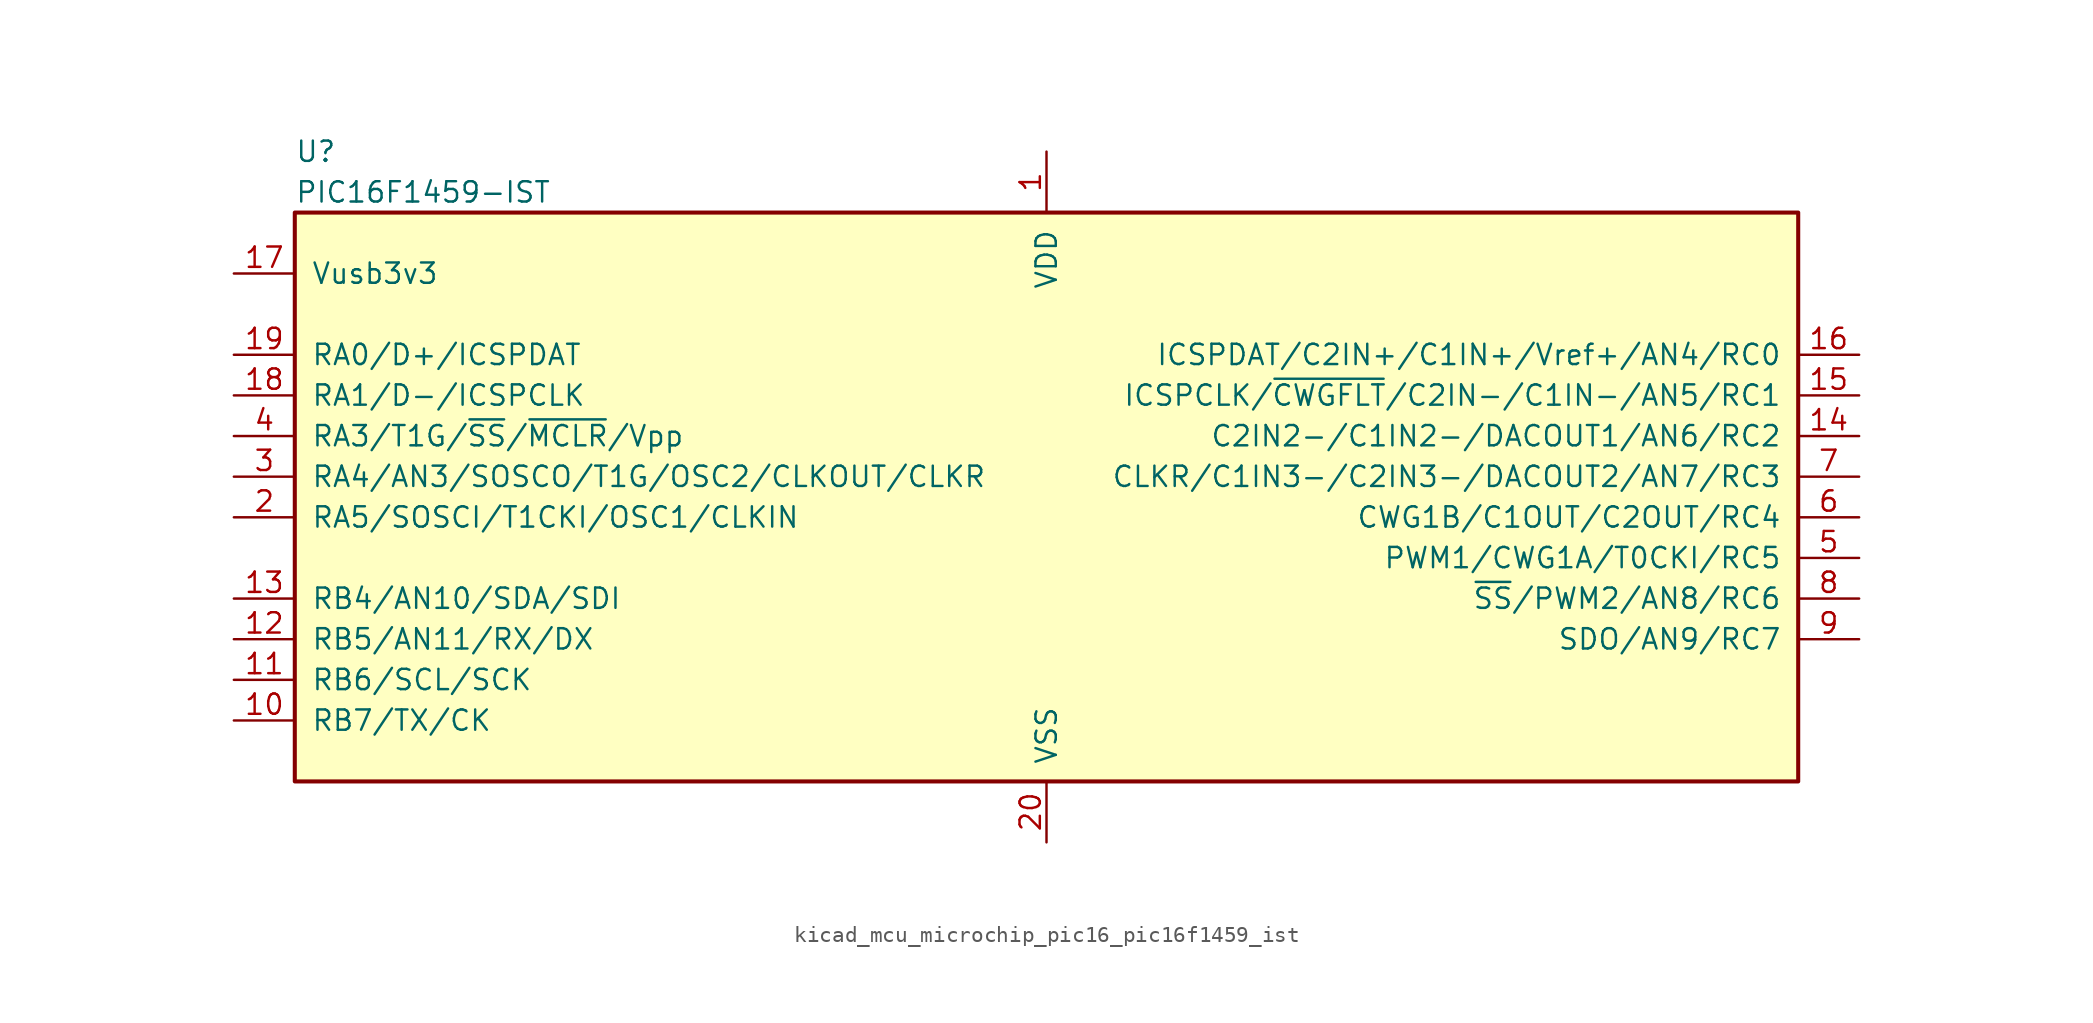
<source format=kicad_sym>
(kicad_symbol_lib
  (version 20220914)
  (generator kicad_symbol_editor)
  (symbol "kicad_mcu_microchip_pic16_pic16f1459_ist"
    (pin_names
      (offset 1.016))
    (property "Reference" "U"
      (at -46.99 17.78 0)
      (effects (font (size 1.27 1.27)) (justify left)))
    (property "Value" "PIC16F1459-IST"
      (at -46.99 15.24 0)
      (effects (font (size 1.27 1.27)) (justify left)))
    (symbol "kicad_mcu_microchip_pic16_pic16f1459_ist_0_1"
      (rectangle (start -46.99 13.97) (end 46.99 -21.59) (stroke (width 0.254) (type default)) (fill (type background))))
    (symbol "kicad_mcu_microchip_pic16_pic16f1459_ist_1_1"
      (pin power_in line (at 0 17.78 270) (length 3.81) (name "VDD" (effects (font (size 1.27 1.27)))) (number "1" (effects (font (size 1.27 1.27)))))
      (pin bidirectional line (at -50.8 -17.78 0) (length 3.81) (name "RB7/TX/CK" (effects (font (size 1.27 1.27)))) (number "10" (effects (font (size 1.27 1.27)))))
      (pin bidirectional line (at -50.8 -15.24 0) (length 3.81) (name "RB6/SCL/SCK" (effects (font (size 1.27 1.27)))) (number "11" (effects (font (size 1.27 1.27)))))
      (pin bidirectional line (at -50.8 -12.7 0) (length 3.81) (name "RB5/AN11/RX/DX" (effects (font (size 1.27 1.27)))) (number "12" (effects (font (size 1.27 1.27)))))
      (pin bidirectional line (at -50.8 -10.16 0) (length 3.81) (name "RB4/AN10/SDA/SDI" (effects (font (size 1.27 1.27)))) (number "13" (effects (font (size 1.27 1.27)))))
      (pin bidirectional line (at 50.8 0 180) (length 3.81) (name "C2IN2-/C1IN2-/DACOUT1/AN6/RC2" (effects (font (size 1.27 1.27)))) (number "14" (effects (font (size 1.27 1.27)))))
      (pin bidirectional line (at 50.8 2.54 180) (length 3.81) (name "ICSPCLK/~{CWGFLT}/C2IN-/C1IN-/AN5/RC1" (effects (font (size 1.27 1.27)))) (number "15" (effects (font (size 1.27 1.27)))))
      (pin bidirectional line (at 50.8 5.08 180) (length 3.81) (name "ICSPDAT/C2IN+/C1IN+/Vref+/AN4/RC0" (effects (font (size 1.27 1.27)))) (number "16" (effects (font (size 1.27 1.27)))))
      (pin bidirectional line (at -50.8 10.16 0) (length 3.81) (name "Vusb3v3" (effects (font (size 1.27 1.27)))) (number "17" (effects (font (size 1.27 1.27)))))
      (pin bidirectional line (at -50.8 2.54 0) (length 3.81) (name "RA1/D-/ICSPCLK" (effects (font (size 1.27 1.27)))) (number "18" (effects (font (size 1.27 1.27)))))
      (pin bidirectional line (at -50.8 5.08 0) (length 3.81) (name "RA0/D+/ICSPDAT" (effects (font (size 1.27 1.27)))) (number "19" (effects (font (size 1.27 1.27)))))
      (pin bidirectional line (at -50.8 -5.08 0) (length 3.81) (name "RA5/SOSCI/T1CKI/OSC1/CLKIN" (effects (font (size 1.27 1.27)))) (number "2" (effects (font (size 1.27 1.27)))))
      (pin power_in line (at 0 -25.4 90) (length 3.81) (name "VSS" (effects (font (size 1.27 1.27)))) (number "20" (effects (font (size 1.27 1.27)))))
      (pin bidirectional line (at -50.8 -2.54 0) (length 3.81) (name "RA4/AN3/SOSCO/T1G/OSC2/CLKOUT/CLKR" (effects (font (size 1.27 1.27)))) (number "3" (effects (font (size 1.27 1.27)))))
      (pin input line (at -50.8 0 0) (length 3.81) (name "RA3/T1G/~{SS}/~{MCLR}/Vpp" (effects (font (size 1.27 1.27)))) (number "4" (effects (font (size 1.27 1.27)))))
      (pin bidirectional line (at 50.8 -7.62 180) (length 3.81) (name "PWM1/CWG1A/T0CKI/RC5" (effects (font (size 1.27 1.27)))) (number "5" (effects (font (size 1.27 1.27)))))
      (pin bidirectional line (at 50.8 -5.08 180) (length 3.81) (name "CWG1B/C1OUT/C2OUT/RC4" (effects (font (size 1.27 1.27)))) (number "6" (effects (font (size 1.27 1.27)))))
      (pin bidirectional line (at 50.8 -2.54 180) (length 3.81) (name "CLKR/C1IN3-/C2IN3-/DACOUT2/AN7/RC3" (effects (font (size 1.27 1.27)))) (number "7" (effects (font (size 1.27 1.27)))))
      (pin bidirectional line (at 50.8 -10.16 180) (length 3.81) (name "~{SS}/PWM2/AN8/RC6" (effects (font (size 1.27 1.27)))) (number "8" (effects (font (size 1.27 1.27)))))
      (pin bidirectional line (at 50.8 -12.7 180) (length 3.81) (name "SDO/AN9/RC7" (effects (font (size 1.27 1.27)))) (number "9" (effects (font (size 1.27 1.27))))))))
</source>
